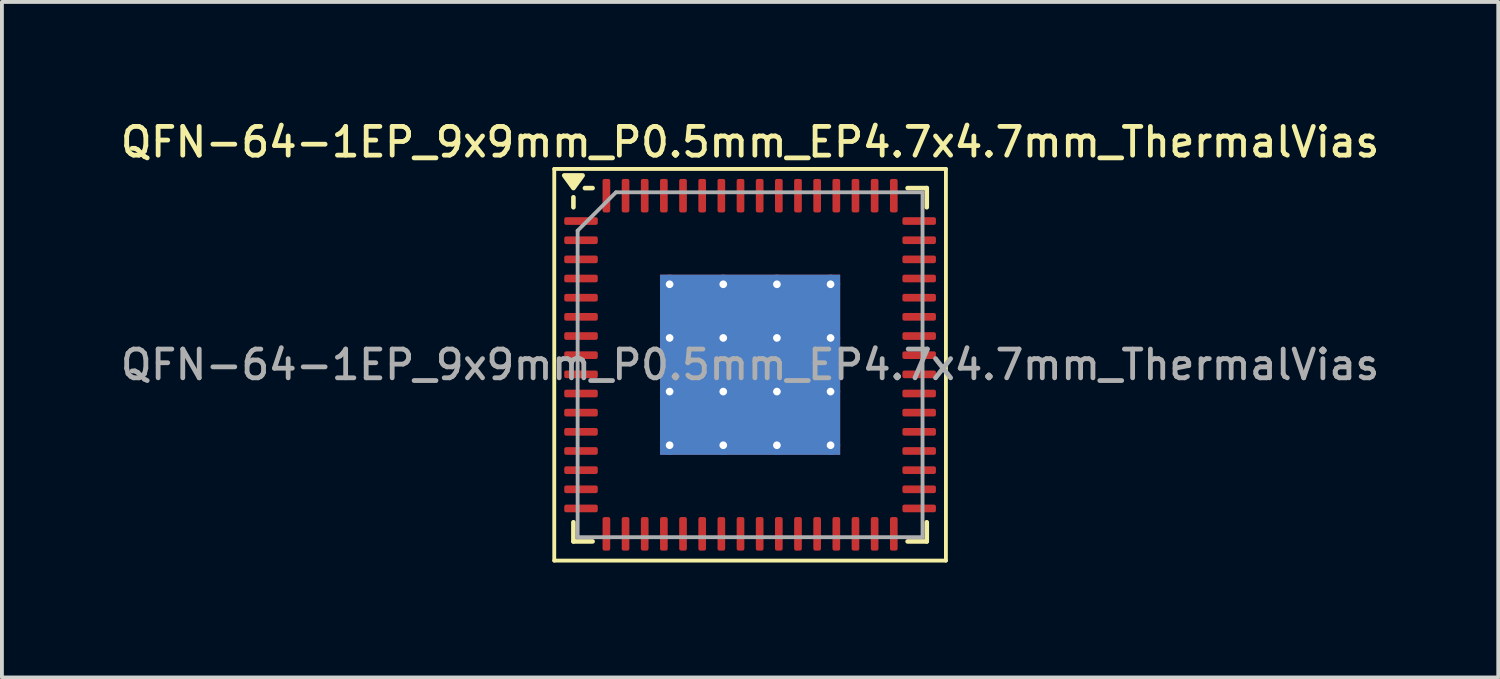
<source format=kicad_pcb>
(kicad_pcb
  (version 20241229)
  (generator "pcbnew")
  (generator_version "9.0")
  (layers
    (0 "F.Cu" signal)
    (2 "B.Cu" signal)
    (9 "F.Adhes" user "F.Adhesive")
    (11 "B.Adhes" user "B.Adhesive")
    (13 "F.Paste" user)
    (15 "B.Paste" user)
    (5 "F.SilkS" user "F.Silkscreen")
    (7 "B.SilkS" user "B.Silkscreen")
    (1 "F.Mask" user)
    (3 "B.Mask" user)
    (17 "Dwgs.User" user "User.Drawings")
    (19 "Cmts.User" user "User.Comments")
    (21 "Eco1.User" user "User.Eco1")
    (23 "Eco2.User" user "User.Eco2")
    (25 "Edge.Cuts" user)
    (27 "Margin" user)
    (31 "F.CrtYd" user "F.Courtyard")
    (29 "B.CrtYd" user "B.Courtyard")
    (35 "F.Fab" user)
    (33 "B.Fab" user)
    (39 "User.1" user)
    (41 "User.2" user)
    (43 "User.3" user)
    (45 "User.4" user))
  (footprint "QFN-64-1EP_9x9mm_P0.5mm_EP4.7x4.7mm_ThermalVias"
    (layer "F.Cu")
    (at 16.523 6.468)
    (property "Reference" "QFN-64-1EP_9x9mm_P0.5mm_EP4.7x4.7mm_ThermalVias" (at 0 -5.81 0) (layer "F.SilkS") (effects (font (size 0.75 0.75) (thickness 0.125))))
    (attr smd)
    (fp_line (start -5.11 -5.11) (end -5.11 5.11) (stroke (width 0.1) (type solid)) (layer "F.SilkS"))
    (fp_line (start -5.11 5.11) (end 5.11 5.11) (stroke (width 0.1) (type solid)) (layer "F.SilkS"))
    (fp_line (start -4.61 -4.11) (end -4.61 -4.37) (stroke (width 0.12) (type solid)) (layer "F.SilkS"))
    (fp_line (start -4.61 4.61) (end -4.61 4.11) (stroke (width 0.12) (type solid)) (layer "F.SilkS"))
    (fp_line (start -4.11 -4.61) (end -4.31 -4.61) (stroke (width 0.12) (type solid)) (layer "F.SilkS"))
    (fp_line (start -4.11 4.61) (end -4.61 4.61) (stroke (width 0.12) (type solid)) (layer "F.SilkS"))
    (fp_line (start 4.11 -4.61) (end 4.61 -4.61) (stroke (width 0.12) (type solid)) (layer "F.SilkS"))
    (fp_line (start 4.11 4.61) (end 4.61 4.61) (stroke (width 0.12) (type solid)) (layer "F.SilkS"))
    (fp_line (start 4.61 -4.61) (end 4.61 -4.11) (stroke (width 0.12) (type solid)) (layer "F.SilkS"))
    (fp_line (start 4.61 4.61) (end 4.61 4.11) (stroke (width 0.12) (type solid)) (layer "F.SilkS"))
    (fp_line (start 5.11 -5.11) (end -5.11 -5.11) (stroke (width 0.1) (type solid)) (layer "F.SilkS"))
    (fp_line (start 5.11 5.11) (end 5.11 -5.11) (stroke (width 0.1) (type solid)) (layer "F.SilkS"))
    (fp_poly (pts (xy -4.61 -4.61) (xy -4.85 -4.94) (xy -4.37 -4.94) (xy -4.61 -4.61)) (stroke (width 0.12) (type solid)) (fill yes) (layer "F.SilkS"))
    (fp_line (start -4.5 -3.5) (end -3.5 -4.5) (stroke (width 0.1) (type solid)) (layer "F.Fab"))
    (fp_line (start -4.5 4.5) (end -4.5 -3.5) (stroke (width 0.1) (type solid)) (layer "F.Fab"))
    (fp_line (start -3.5 -4.5) (end 4.5 -4.5) (stroke (width 0.1) (type solid)) (layer "F.Fab"))
    (fp_line (start 4.5 -4.5) (end 4.5 4.5) (stroke (width 0.1) (type solid)) (layer "F.Fab"))
    (fp_line (start 4.5 4.5) (end -4.5 4.5) (stroke (width 0.1) (type solid)) (layer "F.Fab"))
    (fp_text user "${REFERENCE}" (at 0 0 0) (layer "F.Fab") (effects (font (size 0.75 0.75) (thickness 0.125))))
    (pad "" smd roundrect (at -1.4 -1.4) (size 1.263 1.263) (layers "F.Paste") (roundrect_rratio 0.198))
    (pad "" smd roundrect (at -1.4 0) (size 1.263 1.263) (layers "F.Paste") (roundrect_rratio 0.198))
    (pad "" smd roundrect (at -1.4 1.4) (size 1.263 1.263) (layers "F.Paste") (roundrect_rratio 0.198))
    (pad "" smd roundrect (at 0 -1.4) (size 1.263 1.263) (layers "F.Paste") (roundrect_rratio 0.198))
    (pad "" smd roundrect (at 0 0) (size 1.263 1.263) (layers "F.Paste") (roundrect_rratio 0.198))
    (pad "" smd roundrect (at 0 1.4) (size 1.263 1.263) (layers "F.Paste") (roundrect_rratio 0.198))
    (pad "" smd roundrect (at 1.4 -1.4) (size 1.263 1.263) (layers "F.Paste") (roundrect_rratio 0.198))
    (pad "" smd roundrect (at 1.4 0) (size 1.263 1.263) (layers "F.Paste") (roundrect_rratio 0.198))
    (pad "" smd roundrect (at 1.4 1.4) (size 1.263 1.263) (layers "F.Paste") (roundrect_rratio 0.198))
    (pad "1" smd roundrect (at -4.412 -3.75) (size 0.875 0.2) (layers "F.Cu" "F.Mask" "F.Paste") (roundrect_rratio 0.25))
    (pad "2" smd roundrect (at -4.412 -3.25) (size 0.875 0.2) (layers "F.Cu" "F.Mask" "F.Paste") (roundrect_rratio 0.25))
    (pad "3" smd roundrect (at -4.412 -2.75) (size 0.875 0.2) (layers "F.Cu" "F.Mask" "F.Paste") (roundrect_rratio 0.25))
    (pad "4" smd roundrect (at -4.412 -2.25) (size 0.875 0.2) (layers "F.Cu" "F.Mask" "F.Paste") (roundrect_rratio 0.25))
    (pad "5" smd roundrect (at -4.412 -1.75) (size 0.875 0.2) (layers "F.Cu" "F.Mask" "F.Paste") (roundrect_rratio 0.25))
    (pad "6" smd roundrect (at -4.412 -1.25) (size 0.875 0.2) (layers "F.Cu" "F.Mask" "F.Paste") (roundrect_rratio 0.25))
    (pad "7" smd roundrect (at -4.412 -0.75) (size 0.875 0.2) (layers "F.Cu" "F.Mask" "F.Paste") (roundrect_rratio 0.25))
    (pad "8" smd roundrect (at -4.412 -0.25) (size 0.875 0.2) (layers "F.Cu" "F.Mask" "F.Paste") (roundrect_rratio 0.25))
    (pad "9" smd roundrect (at -4.412 0.25) (size 0.875 0.2) (layers "F.Cu" "F.Mask" "F.Paste") (roundrect_rratio 0.25))
    (pad "10" smd roundrect (at -4.412 0.75) (size 0.875 0.2) (layers "F.Cu" "F.Mask" "F.Paste") (roundrect_rratio 0.25))
    (pad "11" smd roundrect (at -4.412 1.25) (size 0.875 0.2) (layers "F.Cu" "F.Mask" "F.Paste") (roundrect_rratio 0.25))
    (pad "12" smd roundrect (at -4.412 1.75) (size 0.875 0.2) (layers "F.Cu" "F.Mask" "F.Paste") (roundrect_rratio 0.25))
    (pad "13" smd roundrect (at -4.412 2.25) (size 0.875 0.2) (layers "F.Cu" "F.Mask" "F.Paste") (roundrect_rratio 0.25))
    (pad "14" smd roundrect (at -4.412 2.75) (size 0.875 0.2) (layers "F.Cu" "F.Mask" "F.Paste") (roundrect_rratio 0.25))
    (pad "15" smd roundrect (at -4.412 3.25) (size 0.875 0.2) (layers "F.Cu" "F.Mask" "F.Paste") (roundrect_rratio 0.25))
    (pad "16" smd roundrect (at -4.412 3.75) (size 0.875 0.2) (layers "F.Cu" "F.Mask" "F.Paste") (roundrect_rratio 0.25))
    (pad "17" smd roundrect (at -3.75 4.412) (size 0.2 0.875) (layers "F.Cu" "F.Mask" "F.Paste") (roundrect_rratio 0.25))
    (pad "18" smd roundrect (at -3.25 4.412) (size 0.2 0.875) (layers "F.Cu" "F.Mask" "F.Paste") (roundrect_rratio 0.25))
    (pad "19" smd roundrect (at -2.75 4.412) (size 0.2 0.875) (layers "F.Cu" "F.Mask" "F.Paste") (roundrect_rratio 0.25))
    (pad "20" smd roundrect (at -2.25 4.412) (size 0.2 0.875) (layers "F.Cu" "F.Mask" "F.Paste") (roundrect_rratio 0.25))
    (pad "21" smd roundrect (at -1.75 4.412) (size 0.2 0.875) (layers "F.Cu" "F.Mask" "F.Paste") (roundrect_rratio 0.25))
    (pad "22" smd roundrect (at -1.25 4.412) (size 0.2 0.875) (layers "F.Cu" "F.Mask" "F.Paste") (roundrect_rratio 0.25))
    (pad "23" smd roundrect (at -0.75 4.412) (size 0.2 0.875) (layers "F.Cu" "F.Mask" "F.Paste") (roundrect_rratio 0.25))
    (pad "24" smd roundrect (at -0.25 4.412) (size 0.2 0.875) (layers "F.Cu" "F.Mask" "F.Paste") (roundrect_rratio 0.25))
    (pad "25" smd roundrect (at 0.25 4.412) (size 0.2 0.875) (layers "F.Cu" "F.Mask" "F.Paste") (roundrect_rratio 0.25))
    (pad "26" smd roundrect (at 0.75 4.412) (size 0.2 0.875) (layers "F.Cu" "F.Mask" "F.Paste") (roundrect_rratio 0.25))
    (pad "27" smd roundrect (at 1.25 4.412) (size 0.2 0.875) (layers "F.Cu" "F.Mask" "F.Paste") (roundrect_rratio 0.25))
    (pad "28" smd roundrect (at 1.75 4.412) (size 0.2 0.875) (layers "F.Cu" "F.Mask" "F.Paste") (roundrect_rratio 0.25))
    (pad "29" smd roundrect (at 2.25 4.412) (size 0.2 0.875) (layers "F.Cu" "F.Mask" "F.Paste") (roundrect_rratio 0.25))
    (pad "30" smd roundrect (at 2.75 4.412) (size 0.2 0.875) (layers "F.Cu" "F.Mask" "F.Paste") (roundrect_rratio 0.25))
    (pad "31" smd roundrect (at 3.25 4.412) (size 0.2 0.875) (layers "F.Cu" "F.Mask" "F.Paste") (roundrect_rratio 0.25))
    (pad "32" smd roundrect (at 3.75 4.412) (size 0.2 0.875) (layers "F.Cu" "F.Mask" "F.Paste") (roundrect_rratio 0.25))
    (pad "33" smd roundrect (at 4.412 3.75) (size 0.875 0.2) (layers "F.Cu" "F.Mask" "F.Paste") (roundrect_rratio 0.25))
    (pad "34" smd roundrect (at 4.412 3.25) (size 0.875 0.2) (layers "F.Cu" "F.Mask" "F.Paste") (roundrect_rratio 0.25))
    (pad "35" smd roundrect (at 4.412 2.75) (size 0.875 0.2) (layers "F.Cu" "F.Mask" "F.Paste") (roundrect_rratio 0.25))
    (pad "36" smd roundrect (at 4.412 2.25) (size 0.875 0.2) (layers "F.Cu" "F.Mask" "F.Paste") (roundrect_rratio 0.25))
    (pad "37" smd roundrect (at 4.412 1.75) (size 0.875 0.2) (layers "F.Cu" "F.Mask" "F.Paste") (roundrect_rratio 0.25))
    (pad "38" smd roundrect (at 4.412 1.25) (size 0.875 0.2) (layers "F.Cu" "F.Mask" "F.Paste") (roundrect_rratio 0.25))
    (pad "39" smd roundrect (at 4.412 0.75) (size 0.875 0.2) (layers "F.Cu" "F.Mask" "F.Paste") (roundrect_rratio 0.25))
    (pad "40" smd roundrect (at 4.412 0.25) (size 0.875 0.2) (layers "F.Cu" "F.Mask" "F.Paste") (roundrect_rratio 0.25))
    (pad "41" smd roundrect (at 4.412 -0.25) (size 0.875 0.2) (layers "F.Cu" "F.Mask" "F.Paste") (roundrect_rratio 0.25))
    (pad "42" smd roundrect (at 4.412 -0.75) (size 0.875 0.2) (layers "F.Cu" "F.Mask" "F.Paste") (roundrect_rratio 0.25))
    (pad "43" smd roundrect (at 4.412 -1.25) (size 0.875 0.2) (layers "F.Cu" "F.Mask" "F.Paste") (roundrect_rratio 0.25))
    (pad "44" smd roundrect (at 4.412 -1.75) (size 0.875 0.2) (layers "F.Cu" "F.Mask" "F.Paste") (roundrect_rratio 0.25))
    (pad "45" smd roundrect (at 4.412 -2.25) (size 0.875 0.2) (layers "F.Cu" "F.Mask" "F.Paste") (roundrect_rratio 0.25))
    (pad "46" smd roundrect (at 4.412 -2.75) (size 0.875 0.2) (layers "F.Cu" "F.Mask" "F.Paste") (roundrect_rratio 0.25))
    (pad "47" smd roundrect (at 4.412 -3.25) (size 0.875 0.2) (layers "F.Cu" "F.Mask" "F.Paste") (roundrect_rratio 0.25))
    (pad "48" smd roundrect (at 4.412 -3.75) (size 0.875 0.2) (layers "F.Cu" "F.Mask" "F.Paste") (roundrect_rratio 0.25))
    (pad "49" smd roundrect (at 3.75 -4.412) (size 0.2 0.875) (layers "F.Cu" "F.Mask" "F.Paste") (roundrect_rratio 0.25))
    (pad "50" smd roundrect (at 3.25 -4.412) (size 0.2 0.875) (layers "F.Cu" "F.Mask" "F.Paste") (roundrect_rratio 0.25))
    (pad "51" smd roundrect (at 2.75 -4.412) (size 0.2 0.875) (layers "F.Cu" "F.Mask" "F.Paste") (roundrect_rratio 0.25))
    (pad "52" smd roundrect (at 2.25 -4.412) (size 0.2 0.875) (layers "F.Cu" "F.Mask" "F.Paste") (roundrect_rratio 0.25))
    (pad "53" smd roundrect (at 1.75 -4.412) (size 0.2 0.875) (layers "F.Cu" "F.Mask" "F.Paste") (roundrect_rratio 0.25))
    (pad "54" smd roundrect (at 1.25 -4.412) (size 0.2 0.875) (layers "F.Cu" "F.Mask" "F.Paste") (roundrect_rratio 0.25))
    (pad "55" smd roundrect (at 0.75 -4.412) (size 0.2 0.875) (layers "F.Cu" "F.Mask" "F.Paste") (roundrect_rratio 0.25))
    (pad "56" smd roundrect (at 0.25 -4.412) (size 0.2 0.875) (layers "F.Cu" "F.Mask" "F.Paste") (roundrect_rratio 0.25))
    (pad "57" smd roundrect (at -0.25 -4.412) (size 0.2 0.875) (layers "F.Cu" "F.Mask" "F.Paste") (roundrect_rratio 0.25))
    (pad "58" smd roundrect (at -0.75 -4.412) (size 0.2 0.875) (layers "F.Cu" "F.Mask" "F.Paste") (roundrect_rratio 0.25))
    (pad "59" smd roundrect (at -1.25 -4.412) (size 0.2 0.875) (layers "F.Cu" "F.Mask" "F.Paste") (roundrect_rratio 0.25))
    (pad "60" smd roundrect (at -1.75 -4.412) (size 0.2 0.875) (layers "F.Cu" "F.Mask" "F.Paste") (roundrect_rratio 0.25))
    (pad "61" smd roundrect (at -2.25 -4.412) (size 0.2 0.875) (layers "F.Cu" "F.Mask" "F.Paste") (roundrect_rratio 0.25))
    (pad "62" smd roundrect (at -2.75 -4.412) (size 0.2 0.875) (layers "F.Cu" "F.Mask" "F.Paste") (roundrect_rratio 0.25))
    (pad "63" smd roundrect (at -3.25 -4.412) (size 0.2 0.875) (layers "F.Cu" "F.Mask" "F.Paste") (roundrect_rratio 0.25))
    (pad "64" smd roundrect (at -3.75 -4.412) (size 0.2 0.875) (layers "F.Cu" "F.Mask" "F.Paste") (roundrect_rratio 0.25))
    (pad "65" thru_hole circle (at -2.1 -2.1) (size 0.5 0.5) (drill 0.2) (property pad_prop_heatsink) (layers "*.Cu"))
    (pad "65" thru_hole circle (at -2.1 -0.7) (size 0.5 0.5) (drill 0.2) (property pad_prop_heatsink) (layers "*.Cu"))
    (pad "65" thru_hole circle (at -2.1 0.7) (size 0.5 0.5) (drill 0.2) (property pad_prop_heatsink) (layers "*.Cu"))
    (pad "65" thru_hole circle (at -2.1 2.1) (size 0.5 0.5) (drill 0.2) (property pad_prop_heatsink) (layers "*.Cu"))
    (pad "65" thru_hole circle (at -0.7 -2.1) (size 0.5 0.5) (drill 0.2) (property pad_prop_heatsink) (layers "*.Cu"))
    (pad "65" thru_hole circle (at -0.7 -0.7) (size 0.5 0.5) (drill 0.2) (property pad_prop_heatsink) (layers "*.Cu"))
    (pad "65" thru_hole circle (at -0.7 0.7) (size 0.5 0.5) (drill 0.2) (property pad_prop_heatsink) (layers "*.Cu"))
    (pad "65" thru_hole circle (at -0.7 2.1) (size 0.5 0.5) (drill 0.2) (property pad_prop_heatsink) (layers "*.Cu"))
    (pad "65" smd rect (at 0 0) (size 4.7 4.7) (property pad_prop_heatsink) (layers "F.Cu" "F.Mask"))
    (pad "65" smd rect (at 0 0) (size 4.7 4.7) (property pad_prop_heatsink) (layers "B.Cu"))
    (pad "65" thru_hole circle (at 0.7 -2.1) (size 0.5 0.5) (drill 0.2) (property pad_prop_heatsink) (layers "*.Cu"))
    (pad "65" thru_hole circle (at 0.7 -0.7) (size 0.5 0.5) (drill 0.2) (property pad_prop_heatsink) (layers "*.Cu"))
    (pad "65" thru_hole circle (at 0.7 0.7) (size 0.5 0.5) (drill 0.2) (property pad_prop_heatsink) (layers "*.Cu"))
    (pad "65" thru_hole circle (at 0.7 2.1) (size 0.5 0.5) (drill 0.2) (property pad_prop_heatsink) (layers "*.Cu"))
    (pad "65" thru_hole circle (at 2.1 -2.1) (size 0.5 0.5) (drill 0.2) (property pad_prop_heatsink) (layers "*.Cu"))
    (pad "65" thru_hole circle (at 2.1 -0.7) (size 0.5 0.5) (drill 0.2) (property pad_prop_heatsink) (layers "*.Cu"))
    (pad "65" thru_hole circle (at 2.1 0.7) (size 0.5 0.5) (drill 0.2) (property pad_prop_heatsink) (layers "*.Cu"))
    (pad "65" thru_hole circle (at 2.1 2.1) (size 0.5 0.5) (drill 0.2) (property pad_prop_heatsink) (layers "*.Cu")))
  (gr_rect
    (start -3 -3)
    (end 36.046 14.628)
    (stroke (width 0.1) (type default))
    (fill no)
    (layer "Edge.Cuts")))
</source>
